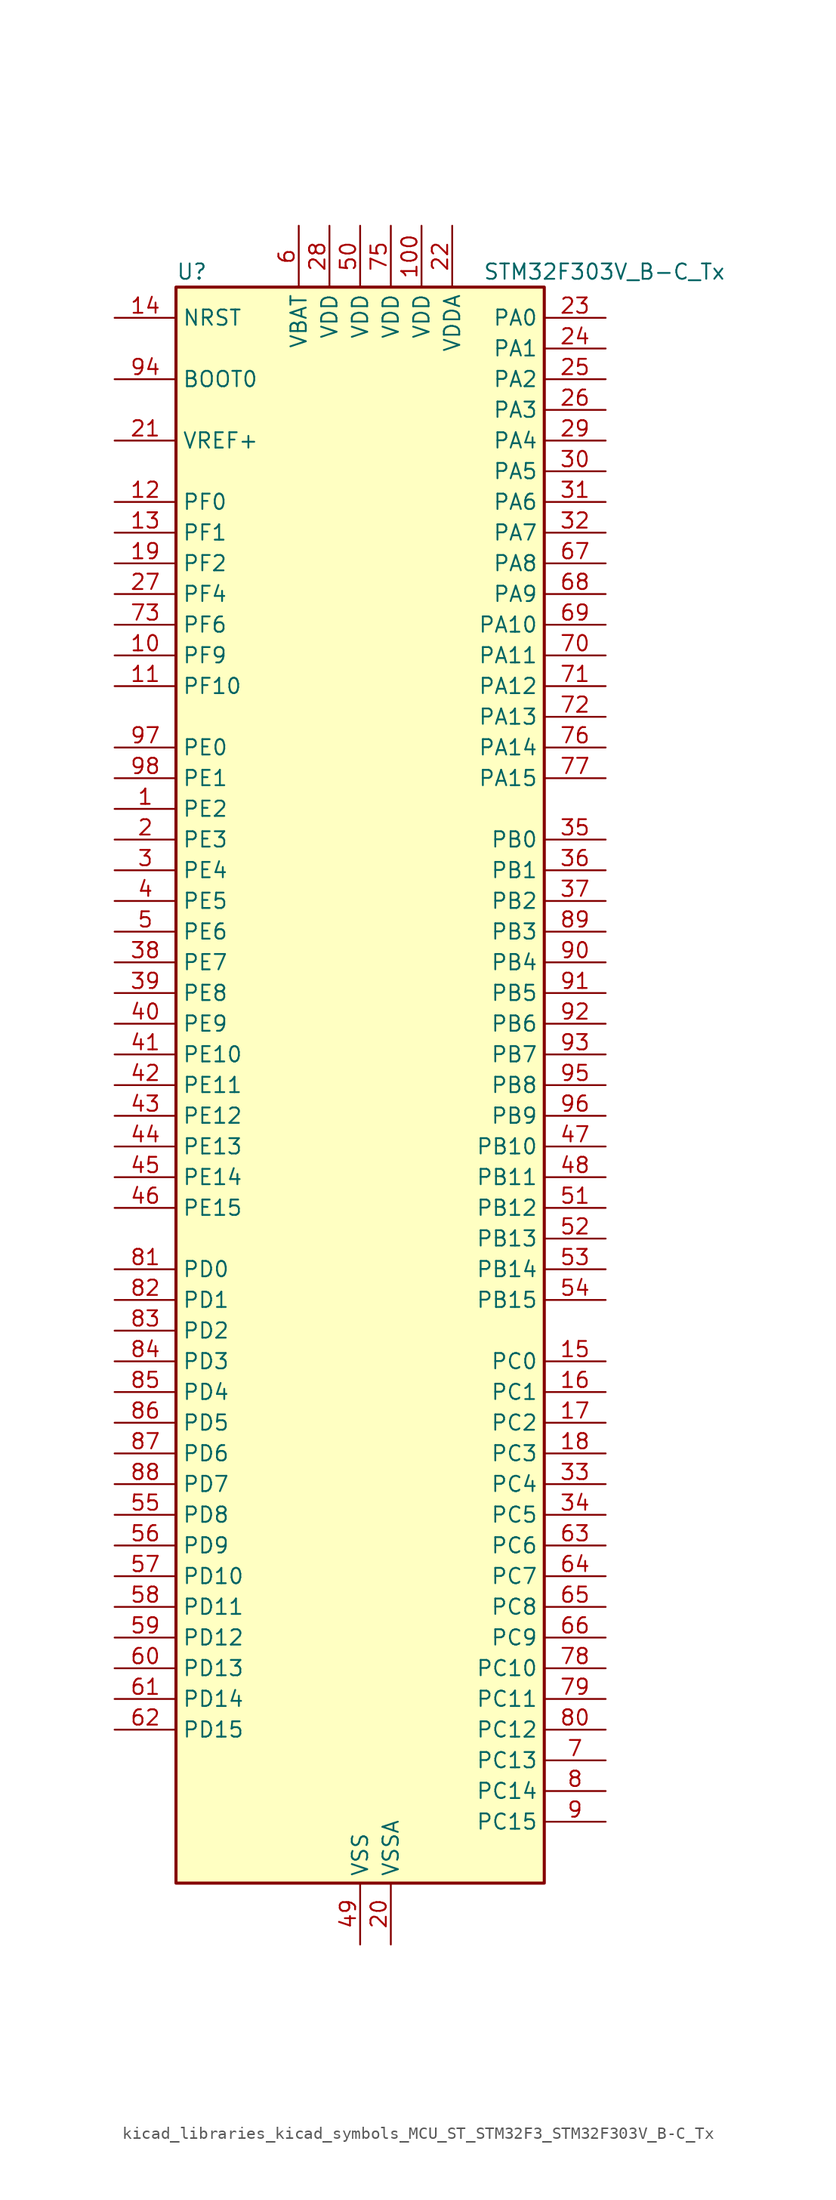
<source format=kicad_sym>
(kicad_symbol_lib
  (version 20220914)
  (generator kicad_symbol_editor)
  (symbol "kicad_libraries_kicad_symbols_MCU_ST_STM32F3_STM32F303V_B-C_Tx"
    (property "Reference" "U"
      (at -15.24 67.31 0)
      (effects (font (size 1.27 1.27)) (justify left)))
    (property "Value" "STM32F303V_B-C_Tx"
      (at 10.16 67.31 0)
      (effects (font (size 1.27 1.27)) (justify left)))
    (property "ki_locked" ""
      (at 0 0 0)
      (effects (font (size 1.27 1.27))))
    (symbol "kicad_libraries_kicad_symbols_MCU_ST_STM32F3_STM32F303V_B-C_Tx_0_1"
      (rectangle (start -15.24 -66.04) (end 15.24 66.04) (stroke (width 0.254) (type default)) (fill (type background))))
    (symbol "kicad_libraries_kicad_symbols_MCU_ST_STM32F3_STM32F303V_B-C_Tx_1_1"
      (pin bidirectional line (at -20.32 22.86 0) (length 5.08) (name "PE2" (effects (font (size 1.27 1.27)))) (number "1" (effects (font (size 1.27 1.27)))) (alternate "ADC3_EXTI2" bidirectional line) (alternate "ADC4_EXTI2" bidirectional line) (alternate "SYS_TRACECK" bidirectional line) (alternate "TIM3_CH1" bidirectional line) (alternate "TSC_G7_IO1" bidirectional line))
      (pin bidirectional line (at -20.32 35.56 0) (length 5.08) (name "PF9" (effects (font (size 1.27 1.27)))) (number "10" (effects (font (size 1.27 1.27)))) (alternate "DAC_EXTI9" bidirectional line) (alternate "SPI2_SCK" bidirectional line) (alternate "TIM15_CH1" bidirectional line))
      (pin power_in line (at 5.08 71.12 270) (length 5.08) (name "VDD" (effects (font (size 1.27 1.27)))) (number "100" (effects (font (size 1.27 1.27)))))
      (pin bidirectional line (at -20.32 33.02 0) (length 5.08) (name "PF10" (effects (font (size 1.27 1.27)))) (number "11" (effects (font (size 1.27 1.27)))) (alternate "SPI2_SCK" bidirectional line) (alternate "TIM15_CH2" bidirectional line))
      (pin bidirectional line (at -20.32 48.26 0) (length 5.08) (name "PF0" (effects (font (size 1.27 1.27)))) (number "12" (effects (font (size 1.27 1.27)))) (alternate "I2C2_SDA" bidirectional line) (alternate "RCC_OSC_IN" bidirectional line) (alternate "TIM1_CH3N" bidirectional line))
      (pin bidirectional line (at -20.32 45.72 0) (length 5.08) (name "PF1" (effects (font (size 1.27 1.27)))) (number "13" (effects (font (size 1.27 1.27)))) (alternate "I2C2_SCL" bidirectional line) (alternate "RCC_OSC_OUT" bidirectional line))
      (pin input line (at -20.32 63.5 0) (length 5.08) (name "NRST" (effects (font (size 1.27 1.27)))) (number "14" (effects (font (size 1.27 1.27)))))
      (pin bidirectional line (at 20.32 -22.86 180) (length 5.08) (name "PC0" (effects (font (size 1.27 1.27)))) (number "15" (effects (font (size 1.27 1.27)))) (alternate "ADC1_IN6" bidirectional line) (alternate "ADC2_IN6" bidirectional line) (alternate "COMP7_INM" bidirectional line))
      (pin bidirectional line (at 20.32 -25.4 180) (length 5.08) (name "PC1" (effects (font (size 1.27 1.27)))) (number "16" (effects (font (size 1.27 1.27)))) (alternate "ADC1_IN7" bidirectional line) (alternate "ADC2_IN7" bidirectional line) (alternate "COMP7_INP" bidirectional line))
      (pin bidirectional line (at 20.32 -27.94 180) (length 5.08) (name "PC2" (effects (font (size 1.27 1.27)))) (number "17" (effects (font (size 1.27 1.27)))) (alternate "ADC1_IN8" bidirectional line) (alternate "ADC2_IN8" bidirectional line) (alternate "ADC3_EXTI2" bidirectional line) (alternate "ADC4_EXTI2" bidirectional line) (alternate "COMP7_OUT" bidirectional line))
      (pin bidirectional line (at 20.32 -30.48 180) (length 5.08) (name "PC3" (effects (font (size 1.27 1.27)))) (number "18" (effects (font (size 1.27 1.27)))) (alternate "ADC1_IN9" bidirectional line) (alternate "ADC2_IN9" bidirectional line) (alternate "TIM1_BKIN2" bidirectional line))
      (pin bidirectional line (at -20.32 43.18 0) (length 5.08) (name "PF2" (effects (font (size 1.27 1.27)))) (number "19" (effects (font (size 1.27 1.27)))) (alternate "ADC1_IN10" bidirectional line) (alternate "ADC2_IN10" bidirectional line) (alternate "ADC3_EXTI2" bidirectional line) (alternate "ADC4_EXTI2" bidirectional line))
      (pin bidirectional line (at -20.32 20.32 0) (length 5.08) (name "PE3" (effects (font (size 1.27 1.27)))) (number "2" (effects (font (size 1.27 1.27)))) (alternate "SYS_TRACED0" bidirectional line) (alternate "TIM3_CH2" bidirectional line) (alternate "TSC_G7_IO2" bidirectional line))
      (pin power_in line (at 2.54 -71.12 90) (length 5.08) (name "VSSA" (effects (font (size 1.27 1.27)))) (number "20" (effects (font (size 1.27 1.27)))))
      (pin input line (at -20.32 53.34 0) (length 5.08) (name "VREF+" (effects (font (size 1.27 1.27)))) (number "21" (effects (font (size 1.27 1.27)))))
      (pin power_in line (at 7.62 71.12 270) (length 5.08) (name "VDDA" (effects (font (size 1.27 1.27)))) (number "22" (effects (font (size 1.27 1.27)))))
      (pin bidirectional line (at 20.32 63.5 180) (length 5.08) (name "PA0" (effects (font (size 1.27 1.27)))) (number "23" (effects (font (size 1.27 1.27)))) (alternate "ADC1_IN1" bidirectional line) (alternate "COMP1_INM" bidirectional line) (alternate "COMP1_OUT" bidirectional line) (alternate "COMP7_INP" bidirectional line) (alternate "RTC_TAMP2" bidirectional line) (alternate "SYS_WKUP1" bidirectional line) (alternate "TIM2_CH1" bidirectional line) (alternate "TIM2_ETR" bidirectional line) (alternate "TIM8_BKIN" bidirectional line) (alternate "TIM8_ETR" bidirectional line) (alternate "TSC_G1_IO1" bidirectional line) (alternate "USART2_CTS" bidirectional line))
      (pin bidirectional line (at 20.32 60.96 180) (length 5.08) (name "PA1" (effects (font (size 1.27 1.27)))) (number "24" (effects (font (size 1.27 1.27)))) (alternate "ADC1_IN2" bidirectional line) (alternate "COMP1_INP" bidirectional line) (alternate "OPAMP1_VINP" bidirectional line) (alternate "OPAMP1_VINP_SEC" bidirectional line) (alternate "OPAMP3_VINP" bidirectional line) (alternate "OPAMP3_VINP_SEC" bidirectional line) (alternate "RTC_REFIN" bidirectional line) (alternate "TIM15_CH1N" bidirectional line) (alternate "TIM2_CH2" bidirectional line) (alternate "TSC_G1_IO2" bidirectional line) (alternate "USART2_DE" bidirectional line) (alternate "USART2_RTS" bidirectional line))
      (pin bidirectional line (at 20.32 58.42 180) (length 5.08) (name "PA2" (effects (font (size 1.27 1.27)))) (number "25" (effects (font (size 1.27 1.27)))) (alternate "ADC1_IN3" bidirectional line) (alternate "ADC3_EXTI2" bidirectional line) (alternate "ADC4_EXTI2" bidirectional line) (alternate "COMP2_INM" bidirectional line) (alternate "COMP2_OUT" bidirectional line) (alternate "OPAMP1_VOUT" bidirectional line) (alternate "TIM15_CH1" bidirectional line) (alternate "TIM2_CH3" bidirectional line) (alternate "TSC_G1_IO3" bidirectional line) (alternate "USART2_TX" bidirectional line))
      (pin bidirectional line (at 20.32 55.88 180) (length 5.08) (name "PA3" (effects (font (size 1.27 1.27)))) (number "26" (effects (font (size 1.27 1.27)))) (alternate "ADC1_IN4" bidirectional line) (alternate "COMP2_INP" bidirectional line) (alternate "OPAMP1_VINM" bidirectional line) (alternate "OPAMP1_VINM_SEC" bidirectional line) (alternate "OPAMP1_VINP" bidirectional line) (alternate "OPAMP1_VINP_SEC" bidirectional line) (alternate "TIM15_CH2" bidirectional line) (alternate "TIM2_CH4" bidirectional line) (alternate "TSC_G1_IO4" bidirectional line) (alternate "USART2_RX" bidirectional line))
      (pin bidirectional line (at -20.32 40.64 0) (length 5.08) (name "PF4" (effects (font (size 1.27 1.27)))) (number "27" (effects (font (size 1.27 1.27)))) (alternate "ADC1_IN5" bidirectional line) (alternate "COMP1_OUT" bidirectional line))
      (pin power_in line (at -2.54 71.12 270) (length 5.08) (name "VDD" (effects (font (size 1.27 1.27)))) (number "28" (effects (font (size 1.27 1.27)))))
      (pin bidirectional line (at 20.32 53.34 180) (length 5.08) (name "PA4" (effects (font (size 1.27 1.27)))) (number "29" (effects (font (size 1.27 1.27)))) (alternate "ADC2_IN1" bidirectional line) (alternate "COMP1_INM" bidirectional line) (alternate "COMP2_INM" bidirectional line) (alternate "COMP3_INM" bidirectional line) (alternate "COMP4_INM" bidirectional line) (alternate "COMP5_INM" bidirectional line) (alternate "COMP6_INM" bidirectional line) (alternate "COMP7_INM" bidirectional line) (alternate "DAC_OUT1" bidirectional line) (alternate "I2S3_WS" bidirectional line) (alternate "OPAMP4_VINP" bidirectional line) (alternate "OPAMP4_VINP_SEC" bidirectional line) (alternate "SPI1_NSS" bidirectional line) (alternate "SPI3_NSS" bidirectional line) (alternate "TIM3_CH2" bidirectional line) (alternate "TSC_G2_IO1" bidirectional line) (alternate "USART2_CK" bidirectional line))
      (pin bidirectional line (at -20.32 17.78 0) (length 5.08) (name "PE4" (effects (font (size 1.27 1.27)))) (number "3" (effects (font (size 1.27 1.27)))) (alternate "SYS_TRACED1" bidirectional line) (alternate "TIM3_CH3" bidirectional line) (alternate "TSC_G7_IO3" bidirectional line))
      (pin bidirectional line (at 20.32 50.8 180) (length 5.08) (name "PA5" (effects (font (size 1.27 1.27)))) (number "30" (effects (font (size 1.27 1.27)))) (alternate "ADC2_IN2" bidirectional line) (alternate "COMP1_INM" bidirectional line) (alternate "COMP2_INM" bidirectional line) (alternate "COMP3_INM" bidirectional line) (alternate "COMP4_INM" bidirectional line) (alternate "COMP5_INM" bidirectional line) (alternate "COMP6_INM" bidirectional line) (alternate "COMP7_INM" bidirectional line) (alternate "DAC_OUT2" bidirectional line) (alternate "OPAMP1_VINP" bidirectional line) (alternate "OPAMP1_VINP_SEC" bidirectional line) (alternate "OPAMP2_VINM" bidirectional line) (alternate "OPAMP2_VINM_SEC" bidirectional line) (alternate "OPAMP3_VINP" bidirectional line) (alternate "OPAMP3_VINP_SEC" bidirectional line) (alternate "SPI1_SCK" bidirectional line) (alternate "TIM2_CH1" bidirectional line) (alternate "TIM2_ETR" bidirectional line) (alternate "TSC_G2_IO2" bidirectional line))
      (pin bidirectional line (at 20.32 48.26 180) (length 5.08) (name "PA6" (effects (font (size 1.27 1.27)))) (number "31" (effects (font (size 1.27 1.27)))) (alternate "ADC2_IN3" bidirectional line) (alternate "COMP1_OUT" bidirectional line) (alternate "OPAMP2_VOUT" bidirectional line) (alternate "SPI1_MISO" bidirectional line) (alternate "TIM16_CH1" bidirectional line) (alternate "TIM1_BKIN" bidirectional line) (alternate "TIM3_CH1" bidirectional line) (alternate "TIM8_BKIN" bidirectional line) (alternate "TSC_G2_IO3" bidirectional line))
      (pin bidirectional line (at 20.32 45.72 180) (length 5.08) (name "PA7" (effects (font (size 1.27 1.27)))) (number "32" (effects (font (size 1.27 1.27)))) (alternate "ADC2_IN4" bidirectional line) (alternate "COMP2_INP" bidirectional line) (alternate "COMP2_OUT" bidirectional line) (alternate "OPAMP1_VINP" bidirectional line) (alternate "OPAMP1_VINP_SEC" bidirectional line) (alternate "OPAMP2_VINP" bidirectional line) (alternate "OPAMP2_VINP_SEC" bidirectional line) (alternate "SPI1_MOSI" bidirectional line) (alternate "TIM17_CH1" bidirectional line) (alternate "TIM1_CH1N" bidirectional line) (alternate "TIM3_CH2" bidirectional line) (alternate "TIM8_CH1N" bidirectional line) (alternate "TSC_G2_IO4" bidirectional line))
      (pin bidirectional line (at 20.32 -33.02 180) (length 5.08) (name "PC4" (effects (font (size 1.27 1.27)))) (number "33" (effects (font (size 1.27 1.27)))) (alternate "ADC2_IN5" bidirectional line) (alternate "USART1_TX" bidirectional line))
      (pin bidirectional line (at 20.32 -35.56 180) (length 5.08) (name "PC5" (effects (font (size 1.27 1.27)))) (number "34" (effects (font (size 1.27 1.27)))) (alternate "ADC2_IN11" bidirectional line) (alternate "OPAMP1_VINM" bidirectional line) (alternate "OPAMP1_VINM_SEC" bidirectional line) (alternate "OPAMP2_VINM" bidirectional line) (alternate "OPAMP2_VINM_SEC" bidirectional line) (alternate "TSC_G3_IO1" bidirectional line) (alternate "USART1_RX" bidirectional line))
      (pin bidirectional line (at 20.32 20.32 180) (length 5.08) (name "PB0" (effects (font (size 1.27 1.27)))) (number "35" (effects (font (size 1.27 1.27)))) (alternate "ADC3_IN12" bidirectional line) (alternate "COMP4_INP" bidirectional line) (alternate "OPAMP2_VINP" bidirectional line) (alternate "OPAMP2_VINP_SEC" bidirectional line) (alternate "OPAMP3_VINP" bidirectional line) (alternate "OPAMP3_VINP_SEC" bidirectional line) (alternate "TIM1_CH2N" bidirectional line) (alternate "TIM3_CH3" bidirectional line) (alternate "TIM8_CH2N" bidirectional line) (alternate "TSC_G3_IO2" bidirectional line))
      (pin bidirectional line (at 20.32 17.78 180) (length 5.08) (name "PB1" (effects (font (size 1.27 1.27)))) (number "36" (effects (font (size 1.27 1.27)))) (alternate "ADC3_IN1" bidirectional line) (alternate "COMP4_OUT" bidirectional line) (alternate "OPAMP3_VOUT" bidirectional line) (alternate "TIM1_CH3N" bidirectional line) (alternate "TIM3_CH4" bidirectional line) (alternate "TIM8_CH3N" bidirectional line) (alternate "TSC_G3_IO3" bidirectional line))
      (pin bidirectional line (at 20.32 15.24 180) (length 5.08) (name "PB2" (effects (font (size 1.27 1.27)))) (number "37" (effects (font (size 1.27 1.27)))) (alternate "ADC2_IN12" bidirectional line) (alternate "ADC3_EXTI2" bidirectional line) (alternate "ADC4_EXTI2" bidirectional line) (alternate "COMP4_INM" bidirectional line) (alternate "OPAMP3_VINM" bidirectional line) (alternate "OPAMP3_VINM_SEC" bidirectional line) (alternate "TSC_G3_IO4" bidirectional line))
      (pin bidirectional line (at -20.32 10.16 0) (length 5.08) (name "PE7" (effects (font (size 1.27 1.27)))) (number "38" (effects (font (size 1.27 1.27)))) (alternate "ADC3_IN13" bidirectional line) (alternate "COMP4_INP" bidirectional line) (alternate "TIM1_ETR" bidirectional line))
      (pin bidirectional line (at -20.32 7.62 0) (length 5.08) (name "PE8" (effects (font (size 1.27 1.27)))) (number "39" (effects (font (size 1.27 1.27)))) (alternate "ADC3_IN6" bidirectional line) (alternate "ADC4_IN6" bidirectional line) (alternate "COMP4_INM" bidirectional line) (alternate "TIM1_CH1N" bidirectional line))
      (pin bidirectional line (at -20.32 15.24 0) (length 5.08) (name "PE5" (effects (font (size 1.27 1.27)))) (number "4" (effects (font (size 1.27 1.27)))) (alternate "SYS_TRACED2" bidirectional line) (alternate "TIM3_CH4" bidirectional line) (alternate "TSC_G7_IO4" bidirectional line))
      (pin bidirectional line (at -20.32 5.08 0) (length 5.08) (name "PE9" (effects (font (size 1.27 1.27)))) (number "40" (effects (font (size 1.27 1.27)))) (alternate "ADC3_IN2" bidirectional line) (alternate "DAC_EXTI9" bidirectional line) (alternate "TIM1_CH1" bidirectional line))
      (pin bidirectional line (at -20.32 2.54 0) (length 5.08) (name "PE10" (effects (font (size 1.27 1.27)))) (number "41" (effects (font (size 1.27 1.27)))) (alternate "ADC3_IN14" bidirectional line) (alternate "TIM1_CH2N" bidirectional line))
      (pin bidirectional line (at -20.32 0 0) (length 5.08) (name "PE11" (effects (font (size 1.27 1.27)))) (number "42" (effects (font (size 1.27 1.27)))) (alternate "ADC1_EXTI11" bidirectional line) (alternate "ADC2_EXTI11" bidirectional line) (alternate "ADC3_IN15" bidirectional line) (alternate "TIM1_CH2" bidirectional line))
      (pin bidirectional line (at -20.32 -2.54 0) (length 5.08) (name "PE12" (effects (font (size 1.27 1.27)))) (number "43" (effects (font (size 1.27 1.27)))) (alternate "ADC3_IN16" bidirectional line) (alternate "TIM1_CH3N" bidirectional line))
      (pin bidirectional line (at -20.32 -5.08 0) (length 5.08) (name "PE13" (effects (font (size 1.27 1.27)))) (number "44" (effects (font (size 1.27 1.27)))) (alternate "ADC3_IN3" bidirectional line) (alternate "TIM1_CH3" bidirectional line))
      (pin bidirectional line (at -20.32 -7.62 0) (length 5.08) (name "PE14" (effects (font (size 1.27 1.27)))) (number "45" (effects (font (size 1.27 1.27)))) (alternate "ADC4_IN1" bidirectional line) (alternate "TIM1_BKIN2" bidirectional line) (alternate "TIM1_CH4" bidirectional line))
      (pin bidirectional line (at -20.32 -10.16 0) (length 5.08) (name "PE15" (effects (font (size 1.27 1.27)))) (number "46" (effects (font (size 1.27 1.27)))) (alternate "ADC1_EXTI15" bidirectional line) (alternate "ADC2_EXTI15" bidirectional line) (alternate "ADC4_IN2" bidirectional line) (alternate "TIM1_BKIN" bidirectional line) (alternate "USART3_RX" bidirectional line))
      (pin bidirectional line (at 20.32 -5.08 180) (length 5.08) (name "PB10" (effects (font (size 1.27 1.27)))) (number "47" (effects (font (size 1.27 1.27)))) (alternate "COMP5_INM" bidirectional line) (alternate "OPAMP3_VINM" bidirectional line) (alternate "OPAMP3_VINM_SEC" bidirectional line) (alternate "OPAMP4_VINM" bidirectional line) (alternate "OPAMP4_VINM_SEC" bidirectional line) (alternate "TIM2_CH3" bidirectional line) (alternate "TSC_SYNC" bidirectional line) (alternate "USART3_TX" bidirectional line))
      (pin bidirectional line (at 20.32 -7.62 180) (length 5.08) (name "PB11" (effects (font (size 1.27 1.27)))) (number "48" (effects (font (size 1.27 1.27)))) (alternate "ADC1_EXTI11" bidirectional line) (alternate "ADC2_EXTI11" bidirectional line) (alternate "COMP6_INP" bidirectional line) (alternate "OPAMP4_VINP" bidirectional line) (alternate "OPAMP4_VINP_SEC" bidirectional line) (alternate "TIM2_CH4" bidirectional line) (alternate "TSC_G6_IO1" bidirectional line) (alternate "USART3_RX" bidirectional line))
      (pin power_in line (at 0 -71.12 90) (length 5.08) (name "VSS" (effects (font (size 1.27 1.27)))) (number "49" (effects (font (size 1.27 1.27)))))
      (pin bidirectional line (at -20.32 12.7 0) (length 5.08) (name "PE6" (effects (font (size 1.27 1.27)))) (number "5" (effects (font (size 1.27 1.27)))) (alternate "RTC_TAMP3" bidirectional line) (alternate "SYS_TRACED3" bidirectional line) (alternate "SYS_WKUP3" bidirectional line))
      (pin power_in line (at 0 71.12 270) (length 5.08) (name "VDD" (effects (font (size 1.27 1.27)))) (number "50" (effects (font (size 1.27 1.27)))))
      (pin bidirectional line (at 20.32 -10.16 180) (length 5.08) (name "PB12" (effects (font (size 1.27 1.27)))) (number "51" (effects (font (size 1.27 1.27)))) (alternate "ADC4_IN3" bidirectional line) (alternate "COMP3_INM" bidirectional line) (alternate "I2C2_SMBA" bidirectional line) (alternate "I2S2_WS" bidirectional line) (alternate "OPAMP4_VOUT" bidirectional line) (alternate "SPI2_NSS" bidirectional line) (alternate "TIM1_BKIN" bidirectional line) (alternate "TSC_G6_IO2" bidirectional line) (alternate "USART3_CK" bidirectional line))
      (pin bidirectional line (at 20.32 -12.7 180) (length 5.08) (name "PB13" (effects (font (size 1.27 1.27)))) (number "52" (effects (font (size 1.27 1.27)))) (alternate "ADC3_IN5" bidirectional line) (alternate "COMP5_INP" bidirectional line) (alternate "I2S2_CK" bidirectional line) (alternate "OPAMP3_VINP" bidirectional line) (alternate "OPAMP3_VINP_SEC" bidirectional line) (alternate "OPAMP4_VINP" bidirectional line) (alternate "OPAMP4_VINP_SEC" bidirectional line) (alternate "SPI2_SCK" bidirectional line) (alternate "TIM1_CH1N" bidirectional line) (alternate "TSC_G6_IO3" bidirectional line) (alternate "USART3_CTS" bidirectional line))
      (pin bidirectional line (at 20.32 -15.24 180) (length 5.08) (name "PB14" (effects (font (size 1.27 1.27)))) (number "53" (effects (font (size 1.27 1.27)))) (alternate "ADC4_IN4" bidirectional line) (alternate "COMP3_INP" bidirectional line) (alternate "I2S2_ext_SD" bidirectional line) (alternate "OPAMP2_VINP" bidirectional line) (alternate "OPAMP2_VINP_SEC" bidirectional line) (alternate "SPI2_MISO" bidirectional line) (alternate "TIM15_CH1" bidirectional line) (alternate "TIM1_CH2N" bidirectional line) (alternate "TSC_G6_IO4" bidirectional line) (alternate "USART3_DE" bidirectional line) (alternate "USART3_RTS" bidirectional line))
      (pin bidirectional line (at 20.32 -17.78 180) (length 5.08) (name "PB15" (effects (font (size 1.27 1.27)))) (number "54" (effects (font (size 1.27 1.27)))) (alternate "ADC1_EXTI15" bidirectional line) (alternate "ADC2_EXTI15" bidirectional line) (alternate "ADC4_IN5" bidirectional line) (alternate "COMP6_INM" bidirectional line) (alternate "I2S2_SD" bidirectional line) (alternate "RTC_REFIN" bidirectional line) (alternate "SPI2_MOSI" bidirectional line) (alternate "TIM15_CH1N" bidirectional line) (alternate "TIM15_CH2" bidirectional line) (alternate "TIM1_CH3N" bidirectional line))
      (pin bidirectional line (at -20.32 -35.56 0) (length 5.08) (name "PD8" (effects (font (size 1.27 1.27)))) (number "55" (effects (font (size 1.27 1.27)))) (alternate "ADC4_IN12" bidirectional line) (alternate "OPAMP4_VINM" bidirectional line) (alternate "OPAMP4_VINM_SEC" bidirectional line) (alternate "USART3_TX" bidirectional line))
      (pin bidirectional line (at -20.32 -38.1 0) (length 5.08) (name "PD9" (effects (font (size 1.27 1.27)))) (number "56" (effects (font (size 1.27 1.27)))) (alternate "ADC4_IN13" bidirectional line) (alternate "DAC_EXTI9" bidirectional line) (alternate "USART3_RX" bidirectional line))
      (pin bidirectional line (at -20.32 -40.64 0) (length 5.08) (name "PD10" (effects (font (size 1.27 1.27)))) (number "57" (effects (font (size 1.27 1.27)))) (alternate "ADC3_IN7" bidirectional line) (alternate "ADC4_IN7" bidirectional line) (alternate "COMP6_INM" bidirectional line) (alternate "USART3_CK" bidirectional line))
      (pin bidirectional line (at -20.32 -43.18 0) (length 5.08) (name "PD11" (effects (font (size 1.27 1.27)))) (number "58" (effects (font (size 1.27 1.27)))) (alternate "ADC1_EXTI11" bidirectional line) (alternate "ADC2_EXTI11" bidirectional line) (alternate "ADC3_IN8" bidirectional line) (alternate "ADC4_IN8" bidirectional line) (alternate "COMP6_INP" bidirectional line) (alternate "OPAMP4_VINP" bidirectional line) (alternate "OPAMP4_VINP_SEC" bidirectional line) (alternate "USART3_CTS" bidirectional line))
      (pin bidirectional line (at -20.32 -45.72 0) (length 5.08) (name "PD12" (effects (font (size 1.27 1.27)))) (number "59" (effects (font (size 1.27 1.27)))) (alternate "ADC3_IN9" bidirectional line) (alternate "ADC4_IN9" bidirectional line) (alternate "COMP5_INP" bidirectional line) (alternate "TIM4_CH1" bidirectional line) (alternate "TSC_G8_IO1" bidirectional line) (alternate "USART3_DE" bidirectional line) (alternate "USART3_RTS" bidirectional line))
      (pin power_in line (at -5.08 71.12 270) (length 5.08) (name "VBAT" (effects (font (size 1.27 1.27)))) (number "6" (effects (font (size 1.27 1.27)))))
      (pin bidirectional line (at -20.32 -48.26 0) (length 5.08) (name "PD13" (effects (font (size 1.27 1.27)))) (number "60" (effects (font (size 1.27 1.27)))) (alternate "ADC3_IN10" bidirectional line) (alternate "ADC4_IN10" bidirectional line) (alternate "COMP5_INM" bidirectional line) (alternate "TIM4_CH2" bidirectional line) (alternate "TSC_G8_IO2" bidirectional line))
      (pin bidirectional line (at -20.32 -50.8 0) (length 5.08) (name "PD14" (effects (font (size 1.27 1.27)))) (number "61" (effects (font (size 1.27 1.27)))) (alternate "ADC3_IN11" bidirectional line) (alternate "ADC4_IN11" bidirectional line) (alternate "COMP3_INP" bidirectional line) (alternate "OPAMP2_VINP" bidirectional line) (alternate "OPAMP2_VINP_SEC" bidirectional line) (alternate "TIM4_CH3" bidirectional line) (alternate "TSC_G8_IO3" bidirectional line))
      (pin bidirectional line (at -20.32 -53.34 0) (length 5.08) (name "PD15" (effects (font (size 1.27 1.27)))) (number "62" (effects (font (size 1.27 1.27)))) (alternate "ADC1_EXTI15" bidirectional line) (alternate "ADC2_EXTI15" bidirectional line) (alternate "COMP3_INM" bidirectional line) (alternate "SPI2_NSS" bidirectional line) (alternate "TIM4_CH4" bidirectional line) (alternate "TSC_G8_IO4" bidirectional line))
      (pin bidirectional line (at 20.32 -38.1 180) (length 5.08) (name "PC6" (effects (font (size 1.27 1.27)))) (number "63" (effects (font (size 1.27 1.27)))) (alternate "COMP6_OUT" bidirectional line) (alternate "I2S2_MCK" bidirectional line) (alternate "TIM3_CH1" bidirectional line) (alternate "TIM8_CH1" bidirectional line))
      (pin bidirectional line (at 20.32 -40.64 180) (length 5.08) (name "PC7" (effects (font (size 1.27 1.27)))) (number "64" (effects (font (size 1.27 1.27)))) (alternate "COMP5_OUT" bidirectional line) (alternate "I2S3_MCK" bidirectional line) (alternate "TIM3_CH2" bidirectional line) (alternate "TIM8_CH2" bidirectional line))
      (pin bidirectional line (at 20.32 -43.18 180) (length 5.08) (name "PC8" (effects (font (size 1.27 1.27)))) (number "65" (effects (font (size 1.27 1.27)))) (alternate "COMP3_OUT" bidirectional line) (alternate "TIM3_CH3" bidirectional line) (alternate "TIM8_CH3" bidirectional line))
      (pin bidirectional line (at 20.32 -45.72 180) (length 5.08) (name "PC9" (effects (font (size 1.27 1.27)))) (number "66" (effects (font (size 1.27 1.27)))) (alternate "DAC_EXTI9" bidirectional line) (alternate "I2S_CKIN" bidirectional line) (alternate "TIM3_CH4" bidirectional line) (alternate "TIM8_BKIN2" bidirectional line) (alternate "TIM8_CH4" bidirectional line))
      (pin bidirectional line (at 20.32 43.18 180) (length 5.08) (name "PA8" (effects (font (size 1.27 1.27)))) (number "67" (effects (font (size 1.27 1.27)))) (alternate "COMP3_OUT" bidirectional line) (alternate "I2C2_SMBA" bidirectional line) (alternate "I2S2_MCK" bidirectional line) (alternate "RCC_MCO" bidirectional line) (alternate "TIM1_CH1" bidirectional line) (alternate "TIM4_ETR" bidirectional line) (alternate "USART1_CK" bidirectional line))
      (pin bidirectional line (at 20.32 40.64 180) (length 5.08) (name "PA9" (effects (font (size 1.27 1.27)))) (number "68" (effects (font (size 1.27 1.27)))) (alternate "COMP5_OUT" bidirectional line) (alternate "DAC_EXTI9" bidirectional line) (alternate "I2C2_SCL" bidirectional line) (alternate "I2S3_MCK" bidirectional line) (alternate "TIM15_BKIN" bidirectional line) (alternate "TIM1_CH2" bidirectional line) (alternate "TIM2_CH3" bidirectional line) (alternate "TSC_G4_IO1" bidirectional line) (alternate "USART1_TX" bidirectional line))
      (pin bidirectional line (at 20.32 38.1 180) (length 5.08) (name "PA10" (effects (font (size 1.27 1.27)))) (number "69" (effects (font (size 1.27 1.27)))) (alternate "COMP6_OUT" bidirectional line) (alternate "I2C2_SDA" bidirectional line) (alternate "TIM17_BKIN" bidirectional line) (alternate "TIM1_CH3" bidirectional line) (alternate "TIM2_CH4" bidirectional line) (alternate "TIM8_BKIN" bidirectional line) (alternate "TSC_G4_IO2" bidirectional line) (alternate "USART1_RX" bidirectional line))
      (pin bidirectional line (at 20.32 -55.88 180) (length 5.08) (name "PC13" (effects (font (size 1.27 1.27)))) (number "7" (effects (font (size 1.27 1.27)))) (alternate "RTC_OUT_ALARM" bidirectional line) (alternate "RTC_OUT_CALIB" bidirectional line) (alternate "RTC_TAMP1" bidirectional line) (alternate "RTC_TS" bidirectional line) (alternate "SYS_WKUP2" bidirectional line) (alternate "TIM1_CH1N" bidirectional line))
      (pin bidirectional line (at 20.32 35.56 180) (length 5.08) (name "PA11" (effects (font (size 1.27 1.27)))) (number "70" (effects (font (size 1.27 1.27)))) (alternate "ADC1_EXTI11" bidirectional line) (alternate "ADC2_EXTI11" bidirectional line) (alternate "CAN_RX" bidirectional line) (alternate "COMP1_OUT" bidirectional line) (alternate "TIM1_BKIN2" bidirectional line) (alternate "TIM1_CH1N" bidirectional line) (alternate "TIM1_CH4" bidirectional line) (alternate "TIM4_CH1" bidirectional line) (alternate "USART1_CTS" bidirectional line) (alternate "USB_DM" bidirectional line))
      (pin bidirectional line (at 20.32 33.02 180) (length 5.08) (name "PA12" (effects (font (size 1.27 1.27)))) (number "71" (effects (font (size 1.27 1.27)))) (alternate "CAN_TX" bidirectional line) (alternate "COMP2_OUT" bidirectional line) (alternate "TIM16_CH1" bidirectional line) (alternate "TIM1_CH2N" bidirectional line) (alternate "TIM1_ETR" bidirectional line) (alternate "TIM4_CH2" bidirectional line) (alternate "USART1_DE" bidirectional line) (alternate "USART1_RTS" bidirectional line) (alternate "USB_DP" bidirectional line))
      (pin bidirectional line (at 20.32 30.48 180) (length 5.08) (name "PA13" (effects (font (size 1.27 1.27)))) (number "72" (effects (font (size 1.27 1.27)))) (alternate "IR_OUT" bidirectional line) (alternate "SYS_JTMS-SWDIO" bidirectional line) (alternate "TIM16_CH1N" bidirectional line) (alternate "TIM4_CH3" bidirectional line) (alternate "TSC_G4_IO3" bidirectional line) (alternate "USART3_CTS" bidirectional line))
      (pin bidirectional line (at -20.32 38.1 0) (length 5.08) (name "PF6" (effects (font (size 1.27 1.27)))) (number "73" (effects (font (size 1.27 1.27)))) (alternate "I2C2_SCL" bidirectional line) (alternate "TIM4_CH4" bidirectional line) (alternate "USART3_DE" bidirectional line) (alternate "USART3_RTS" bidirectional line))
      (pin passive line (at 0 -71.12 90) (length 5.08) hide (name "VSS" (effects (font (size 1.27 1.27)))) (number "74" (effects (font (size 1.27 1.27)))))
      (pin power_in line (at 2.54 71.12 270) (length 5.08) (name "VDD" (effects (font (size 1.27 1.27)))) (number "75" (effects (font (size 1.27 1.27)))))
      (pin bidirectional line (at 20.32 27.94 180) (length 5.08) (name "PA14" (effects (font (size 1.27 1.27)))) (number "76" (effects (font (size 1.27 1.27)))) (alternate "I2C1_SDA" bidirectional line) (alternate "SYS_JTCK-SWCLK" bidirectional line) (alternate "TIM1_BKIN" bidirectional line) (alternate "TIM8_CH2" bidirectional line) (alternate "TSC_G4_IO4" bidirectional line) (alternate "USART2_TX" bidirectional line))
      (pin bidirectional line (at 20.32 25.4 180) (length 5.08) (name "PA15" (effects (font (size 1.27 1.27)))) (number "77" (effects (font (size 1.27 1.27)))) (alternate "ADC1_EXTI15" bidirectional line) (alternate "ADC2_EXTI15" bidirectional line) (alternate "I2C1_SCL" bidirectional line) (alternate "I2S3_WS" bidirectional line) (alternate "SPI1_NSS" bidirectional line) (alternate "SPI3_NSS" bidirectional line) (alternate "SYS_JTDI" bidirectional line) (alternate "TIM1_BKIN" bidirectional line) (alternate "TIM2_CH1" bidirectional line) (alternate "TIM2_ETR" bidirectional line) (alternate "TIM8_CH1" bidirectional line) (alternate "USART2_RX" bidirectional line))
      (pin bidirectional line (at 20.32 -48.26 180) (length 5.08) (name "PC10" (effects (font (size 1.27 1.27)))) (number "78" (effects (font (size 1.27 1.27)))) (alternate "I2S3_CK" bidirectional line) (alternate "SPI3_SCK" bidirectional line) (alternate "TIM8_CH1N" bidirectional line) (alternate "UART4_TX" bidirectional line) (alternate "USART3_TX" bidirectional line))
      (pin bidirectional line (at 20.32 -50.8 180) (length 5.08) (name "PC11" (effects (font (size 1.27 1.27)))) (number "79" (effects (font (size 1.27 1.27)))) (alternate "ADC1_EXTI11" bidirectional line) (alternate "ADC2_EXTI11" bidirectional line) (alternate "I2S3_ext_SD" bidirectional line) (alternate "SPI3_MISO" bidirectional line) (alternate "TIM8_CH2N" bidirectional line) (alternate "UART4_RX" bidirectional line) (alternate "USART3_RX" bidirectional line))
      (pin bidirectional line (at 20.32 -58.42 180) (length 5.08) (name "PC14" (effects (font (size 1.27 1.27)))) (number "8" (effects (font (size 1.27 1.27)))) (alternate "RCC_OSC32_IN" bidirectional line))
      (pin bidirectional line (at 20.32 -53.34 180) (length 5.08) (name "PC12" (effects (font (size 1.27 1.27)))) (number "80" (effects (font (size 1.27 1.27)))) (alternate "I2S3_SD" bidirectional line) (alternate "SPI3_MOSI" bidirectional line) (alternate "TIM8_CH3N" bidirectional line) (alternate "UART5_TX" bidirectional line) (alternate "USART3_CK" bidirectional line))
      (pin bidirectional line (at -20.32 -15.24 0) (length 5.08) (name "PD0" (effects (font (size 1.27 1.27)))) (number "81" (effects (font (size 1.27 1.27)))) (alternate "CAN_RX" bidirectional line))
      (pin bidirectional line (at -20.32 -17.78 0) (length 5.08) (name "PD1" (effects (font (size 1.27 1.27)))) (number "82" (effects (font (size 1.27 1.27)))) (alternate "CAN_TX" bidirectional line) (alternate "TIM8_BKIN2" bidirectional line) (alternate "TIM8_CH4" bidirectional line))
      (pin bidirectional line (at -20.32 -20.32 0) (length 5.08) (name "PD2" (effects (font (size 1.27 1.27)))) (number "83" (effects (font (size 1.27 1.27)))) (alternate "ADC3_EXTI2" bidirectional line) (alternate "ADC4_EXTI2" bidirectional line) (alternate "TIM3_ETR" bidirectional line) (alternate "TIM8_BKIN" bidirectional line) (alternate "UART5_RX" bidirectional line))
      (pin bidirectional line (at -20.32 -22.86 0) (length 5.08) (name "PD3" (effects (font (size 1.27 1.27)))) (number "84" (effects (font (size 1.27 1.27)))) (alternate "TIM2_CH1" bidirectional line) (alternate "TIM2_ETR" bidirectional line) (alternate "USART2_CTS" bidirectional line))
      (pin bidirectional line (at -20.32 -25.4 0) (length 5.08) (name "PD4" (effects (font (size 1.27 1.27)))) (number "85" (effects (font (size 1.27 1.27)))) (alternate "TIM2_CH2" bidirectional line) (alternate "USART2_DE" bidirectional line) (alternate "USART2_RTS" bidirectional line))
      (pin bidirectional line (at -20.32 -27.94 0) (length 5.08) (name "PD5" (effects (font (size 1.27 1.27)))) (number "86" (effects (font (size 1.27 1.27)))) (alternate "USART2_TX" bidirectional line))
      (pin bidirectional line (at -20.32 -30.48 0) (length 5.08) (name "PD6" (effects (font (size 1.27 1.27)))) (number "87" (effects (font (size 1.27 1.27)))) (alternate "TIM2_CH4" bidirectional line) (alternate "USART2_RX" bidirectional line))
      (pin bidirectional line (at -20.32 -33.02 0) (length 5.08) (name "PD7" (effects (font (size 1.27 1.27)))) (number "88" (effects (font (size 1.27 1.27)))) (alternate "TIM2_CH3" bidirectional line) (alternate "USART2_CK" bidirectional line))
      (pin bidirectional line (at 20.32 12.7 180) (length 5.08) (name "PB3" (effects (font (size 1.27 1.27)))) (number "89" (effects (font (size 1.27 1.27)))) (alternate "I2S3_CK" bidirectional line) (alternate "SPI1_SCK" bidirectional line) (alternate "SPI3_SCK" bidirectional line) (alternate "SYS_JTDO-TRACESWO" bidirectional line) (alternate "TIM2_CH2" bidirectional line) (alternate "TIM3_ETR" bidirectional line) (alternate "TIM4_ETR" bidirectional line) (alternate "TIM8_CH1N" bidirectional line) (alternate "TSC_G5_IO1" bidirectional line) (alternate "USART2_TX" bidirectional line))
      (pin bidirectional line (at 20.32 -60.96 180) (length 5.08) (name "PC15" (effects (font (size 1.27 1.27)))) (number "9" (effects (font (size 1.27 1.27)))) (alternate "ADC1_EXTI15" bidirectional line) (alternate "ADC2_EXTI15" bidirectional line) (alternate "RCC_OSC32_OUT" bidirectional line))
      (pin bidirectional line (at 20.32 10.16 180) (length 5.08) (name "PB4" (effects (font (size 1.27 1.27)))) (number "90" (effects (font (size 1.27 1.27)))) (alternate "I2S3_ext_SD" bidirectional line) (alternate "SPI1_MISO" bidirectional line) (alternate "SPI3_MISO" bidirectional line) (alternate "SYS_NJTRST" bidirectional line) (alternate "TIM16_CH1" bidirectional line) (alternate "TIM17_BKIN" bidirectional line) (alternate "TIM3_CH1" bidirectional line) (alternate "TIM8_CH2N" bidirectional line) (alternate "TSC_G5_IO2" bidirectional line) (alternate "USART2_RX" bidirectional line))
      (pin bidirectional line (at 20.32 7.62 180) (length 5.08) (name "PB5" (effects (font (size 1.27 1.27)))) (number "91" (effects (font (size 1.27 1.27)))) (alternate "I2C1_SMBA" bidirectional line) (alternate "I2S3_SD" bidirectional line) (alternate "SPI1_MOSI" bidirectional line) (alternate "SPI3_MOSI" bidirectional line) (alternate "TIM16_BKIN" bidirectional line) (alternate "TIM17_CH1" bidirectional line) (alternate "TIM3_CH2" bidirectional line) (alternate "TIM8_CH3N" bidirectional line) (alternate "USART2_CK" bidirectional line))
      (pin bidirectional line (at 20.32 5.08 180) (length 5.08) (name "PB6" (effects (font (size 1.27 1.27)))) (number "92" (effects (font (size 1.27 1.27)))) (alternate "I2C1_SCL" bidirectional line) (alternate "TIM16_CH1N" bidirectional line) (alternate "TIM4_CH1" bidirectional line) (alternate "TIM8_BKIN2" bidirectional line) (alternate "TIM8_CH1" bidirectional line) (alternate "TIM8_ETR" bidirectional line) (alternate "TSC_G5_IO3" bidirectional line) (alternate "USART1_TX" bidirectional line))
      (pin bidirectional line (at 20.32 2.54 180) (length 5.08) (name "PB7" (effects (font (size 1.27 1.27)))) (number "93" (effects (font (size 1.27 1.27)))) (alternate "I2C1_SDA" bidirectional line) (alternate "TIM17_CH1N" bidirectional line) (alternate "TIM3_CH4" bidirectional line) (alternate "TIM4_CH2" bidirectional line) (alternate "TIM8_BKIN" bidirectional line) (alternate "TSC_G5_IO4" bidirectional line) (alternate "USART1_RX" bidirectional line))
      (pin input line (at -20.32 58.42 0) (length 5.08) (name "BOOT0" (effects (font (size 1.27 1.27)))) (number "94" (effects (font (size 1.27 1.27)))))
      (pin bidirectional line (at 20.32 0 180) (length 5.08) (name "PB8" (effects (font (size 1.27 1.27)))) (number "95" (effects (font (size 1.27 1.27)))) (alternate "CAN_RX" bidirectional line) (alternate "COMP1_OUT" bidirectional line) (alternate "I2C1_SCL" bidirectional line) (alternate "TIM16_CH1" bidirectional line) (alternate "TIM1_BKIN" bidirectional line) (alternate "TIM4_CH3" bidirectional line) (alternate "TIM8_CH2" bidirectional line) (alternate "TSC_SYNC" bidirectional line))
      (pin bidirectional line (at 20.32 -2.54 180) (length 5.08) (name "PB9" (effects (font (size 1.27 1.27)))) (number "96" (effects (font (size 1.27 1.27)))) (alternate "CAN_TX" bidirectional line) (alternate "COMP2_OUT" bidirectional line) (alternate "DAC_EXTI9" bidirectional line) (alternate "I2C1_SDA" bidirectional line) (alternate "IR_OUT" bidirectional line) (alternate "TIM17_CH1" bidirectional line) (alternate "TIM4_CH4" bidirectional line) (alternate "TIM8_CH3" bidirectional line))
      (pin bidirectional line (at -20.32 27.94 0) (length 5.08) (name "PE0" (effects (font (size 1.27 1.27)))) (number "97" (effects (font (size 1.27 1.27)))) (alternate "TIM16_CH1" bidirectional line) (alternate "TIM4_ETR" bidirectional line) (alternate "USART1_TX" bidirectional line))
      (pin bidirectional line (at -20.32 25.4 0) (length 5.08) (name "PE1" (effects (font (size 1.27 1.27)))) (number "98" (effects (font (size 1.27 1.27)))) (alternate "TIM17_CH1" bidirectional line) (alternate "USART1_RX" bidirectional line))
      (pin passive line (at 0 -71.12 90) (length 5.08) hide (name "VSS" (effects (font (size 1.27 1.27)))) (number "99" (effects (font (size 1.27 1.27))))))))
</source>
